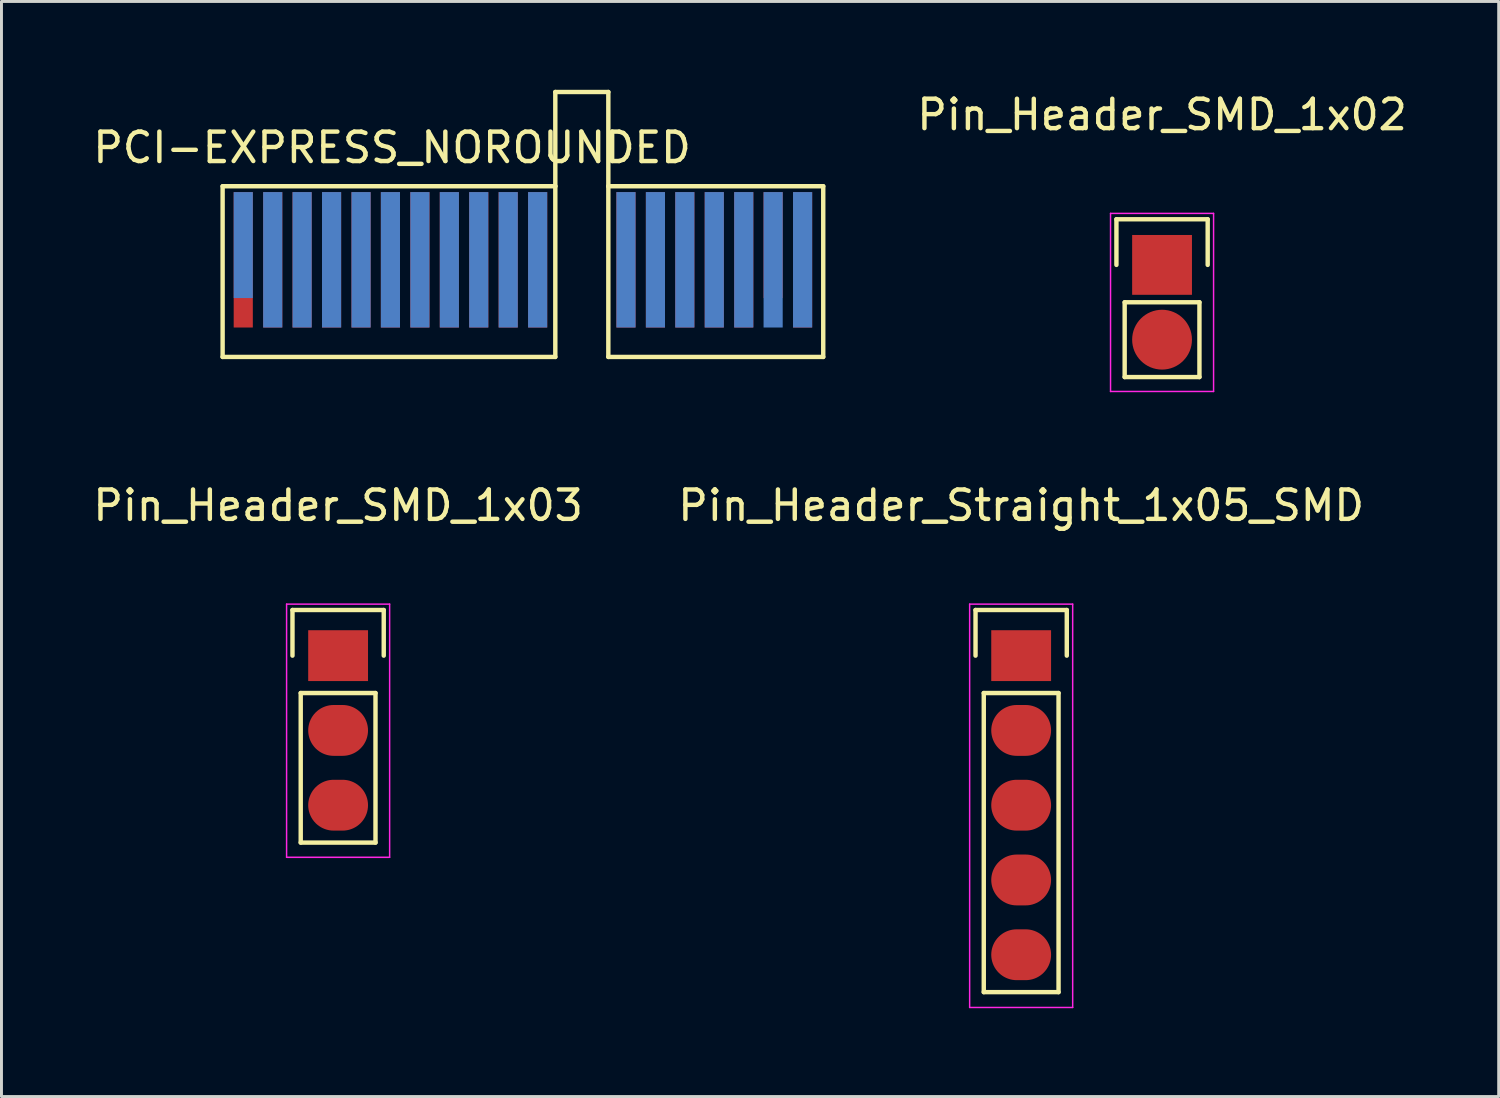
<source format=kicad_pcb>
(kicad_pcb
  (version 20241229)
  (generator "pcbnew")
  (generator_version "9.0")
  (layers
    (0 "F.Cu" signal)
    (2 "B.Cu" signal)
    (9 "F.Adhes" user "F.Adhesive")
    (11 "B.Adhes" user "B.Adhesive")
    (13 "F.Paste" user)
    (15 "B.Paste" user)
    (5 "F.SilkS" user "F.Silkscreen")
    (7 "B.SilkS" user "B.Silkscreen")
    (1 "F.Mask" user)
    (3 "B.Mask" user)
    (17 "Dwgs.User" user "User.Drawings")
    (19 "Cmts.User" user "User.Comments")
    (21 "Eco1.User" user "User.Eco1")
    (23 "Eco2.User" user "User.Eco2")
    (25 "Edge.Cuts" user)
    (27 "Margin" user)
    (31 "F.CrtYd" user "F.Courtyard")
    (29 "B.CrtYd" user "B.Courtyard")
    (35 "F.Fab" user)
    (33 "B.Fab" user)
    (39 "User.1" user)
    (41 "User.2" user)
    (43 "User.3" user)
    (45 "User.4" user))
  (footprint "Pin_Header_Straight_1x05_SMD"
    (layer "F.Cu")
    (at 31.637 19.221)
    (property "Reference" "Pin_Header_Straight_1x05_SMD" (at 0 -5.1 0) (layer "F.SilkS") (effects (font (size 1 1) (thickness 0.15))))
    (attr through_hole)
    (fp_line (start -1.55 -1.55) (end 1.55 -1.55) (stroke (width 0.15) (type solid)) (layer "F.SilkS"))
    (fp_line (start -1.55 0) (end -1.55 -1.55) (stroke (width 0.15) (type solid)) (layer "F.SilkS"))
    (fp_line (start -1.27 11.43) (end -1.27 1.27) (stroke (width 0.15) (type solid)) (layer "F.SilkS"))
    (fp_line (start 1.27 1.27) (end -1.27 1.27) (stroke (width 0.15) (type solid)) (layer "F.SilkS"))
    (fp_line (start 1.27 1.27) (end 1.27 11.43) (stroke (width 0.15) (type solid)) (layer "F.SilkS"))
    (fp_line (start 1.27 11.43) (end -1.27 11.43) (stroke (width 0.15) (type solid)) (layer "F.SilkS"))
    (fp_line (start 1.55 -1.55) (end 1.55 0) (stroke (width 0.15) (type solid)) (layer "F.SilkS"))
    (fp_line (start -1.75 -1.75) (end -1.75 11.95) (stroke (width 0.05) (type solid)) (layer "F.CrtYd"))
    (fp_line (start -1.75 -1.75) (end 1.75 -1.75) (stroke (width 0.05) (type solid)) (layer "F.CrtYd"))
    (fp_line (start -1.75 11.95) (end 1.75 11.95) (stroke (width 0.05) (type solid)) (layer "F.CrtYd"))
    (fp_line (start 1.75 -1.75) (end 1.75 11.95) (stroke (width 0.05) (type solid)) (layer "F.CrtYd"))
    (pad "1" smd rect (at 0 0) (size 2.032 1.727) (layers "F.Cu" "F.Mask" "F.Paste"))
    (pad "2" smd oval (at 0 2.54) (size 2.032 1.727) (layers "F.Cu" "F.Mask" "F.Paste"))
    (pad "3" smd oval (at 0 5.08) (size 2.032 1.727) (layers "F.Cu" "F.Mask" "F.Paste"))
    (pad "4" smd oval (at 0 7.62) (size 2.032 1.727) (layers "F.Cu" "F.Mask" "F.Paste"))
    (pad "5" smd oval (at 0 10.16) (size 2.032 1.727) (layers "F.Cu" "F.Mask" "F.Paste")))
  (footprint "Pin_Header_SMD_1x03"
    (layer "F.Cu")
    (at 8.435 19.221)
    (property "Reference" "Pin_Header_SMD_1x03" (at 0 -5.1 0) (layer "F.SilkS") (effects (font (size 1 1) (thickness 0.15))))
    (attr through_hole)
    (fp_line (start -1.55 -1.55) (end 1.55 -1.55) (stroke (width 0.15) (type solid)) (layer "F.SilkS"))
    (fp_line (start -1.55 0) (end -1.55 -1.55) (stroke (width 0.15) (type solid)) (layer "F.SilkS"))
    (fp_line (start -1.27 1.27) (end -1.27 6.35) (stroke (width 0.15) (type solid)) (layer "F.SilkS"))
    (fp_line (start -1.27 6.35) (end 1.27 6.35) (stroke (width 0.15) (type solid)) (layer "F.SilkS"))
    (fp_line (start 1.27 1.27) (end -1.27 1.27) (stroke (width 0.15) (type solid)) (layer "F.SilkS"))
    (fp_line (start 1.27 6.35) (end 1.27 1.27) (stroke (width 0.15) (type solid)) (layer "F.SilkS"))
    (fp_line (start 1.55 -1.55) (end 1.55 0) (stroke (width 0.15) (type solid)) (layer "F.SilkS"))
    (fp_line (start -1.75 -1.75) (end -1.75 6.85) (stroke (width 0.05) (type solid)) (layer "F.CrtYd"))
    (fp_line (start -1.75 -1.75) (end 1.75 -1.75) (stroke (width 0.05) (type solid)) (layer "F.CrtYd"))
    (fp_line (start -1.75 6.85) (end 1.75 6.85) (stroke (width 0.05) (type solid)) (layer "F.CrtYd"))
    (fp_line (start 1.75 -1.75) (end 1.75 6.85) (stroke (width 0.05) (type solid)) (layer "F.CrtYd"))
    (pad "1" smd rect (at 0 0) (size 2.032 1.727) (layers "F.Cu" "F.Mask" "F.Paste"))
    (pad "2" smd oval (at 0 2.54) (size 2.032 1.727) (layers "F.Cu" "F.Mask" "F.Paste"))
    (pad "3" smd oval (at 0 5.08) (size 2.032 1.727) (layers "F.Cu" "F.Mask" "F.Paste")))
  (footprint "PCI-EXPRESS_NOROUNDED"
    (layer "F.Cu")
    (at 14.713 5.775)
    (property "Reference" "PCI-EXPRESS_NOROUNDED" (at -4.445 -3.81 0) (layer "F.SilkS") (effects (font (size 1 1) (thickness 0.15))))
    (attr through_hole)
    (fp_line (start -10.201 -2.499) (end 1.1 -2.499) (stroke (width 0.15) (type solid)) (layer "F.SilkS"))
    (fp_line (start -10.201 3.299) (end -10.201 -2.499) (stroke (width 0.15) (type solid)) (layer "F.SilkS"))
    (fp_line (start 1.1 -5.7) (end 2.901 -5.7) (stroke (width 0.15) (type solid)) (layer "F.SilkS"))
    (fp_line (start 1.1 -2.499) (end 1.1 -5.7) (stroke (width 0.15) (type solid)) (layer "F.SilkS"))
    (fp_line (start 1.1 -2.499) (end 1.1 3.299) (stroke (width 0.15) (type solid)) (layer "F.SilkS"))
    (fp_line (start 1.1 3.299) (end -10.201 3.299) (stroke (width 0.15) (type solid)) (layer "F.SilkS"))
    (fp_line (start 2.901 -5.7) (end 2.901 -2.499) (stroke (width 0.15) (type solid)) (layer "F.SilkS"))
    (fp_line (start 2.901 -2.499) (end 2.901 3.299) (stroke (width 0.15) (type solid)) (layer "F.SilkS"))
    (fp_line (start 2.901 3.299) (end 10.201 3.299) (stroke (width 0.15) (type solid)) (layer "F.SilkS"))
    (fp_line (start 10.201 -2.499) (end 2.901 -2.499) (stroke (width 0.15) (type solid)) (layer "F.SilkS"))
    (fp_line (start 10.201 -2.499) (end 10.201 3.299) (stroke (width 0.15) (type solid)) (layer "F.SilkS"))
    (pad "A1" connect rect (at -9.5 -0.5) (size 0.65 3.599) (layers "B.Cu" "B.Mask"))
    (pad "A2" connect rect (at -8.499 0) (size 0.65 4.6) (layers "B.Cu" "B.Mask"))
    (pad "A3" connect rect (at -7.501 0) (size 0.65 4.6) (layers "B.Cu" "B.Mask"))
    (pad "A4" connect rect (at -6.5 0) (size 0.65 4.6) (layers "B.Cu" "B.Mask"))
    (pad "A5" connect rect (at -5.499 0) (size 0.65 4.6) (layers "B.Cu" "B.Mask"))
    (pad "A6" connect rect (at -4.501 0) (size 0.65 4.6) (layers "B.Cu" "B.Mask"))
    (pad "A7" connect rect (at -3.5 0) (size 0.65 4.6) (layers "B.Cu" "B.Mask"))
    (pad "A8" connect rect (at -2.499 0) (size 0.65 4.6) (layers "B.Cu" "B.Mask"))
    (pad "A9" connect rect (at -1.501 0) (size 0.65 4.6) (layers "B.Cu" "B.Mask"))
    (pad "A10" connect rect (at -0.5 0) (size 0.65 4.6) (layers "B.Cu" "B.Mask"))
    (pad "A11" connect rect (at 0.5 0) (size 0.65 4.6) (layers "B.Cu" "B.Mask"))
    (pad "A12" connect rect (at 3.5 0) (size 0.65 4.6) (layers "B.Cu" "B.Mask"))
    (pad "A13" connect rect (at 4.501 0) (size 0.65 4.6) (layers "B.Cu" "B.Mask"))
    (pad "A14" connect rect (at 5.499 0) (size 0.65 4.6) (layers "B.Cu" "B.Mask"))
    (pad "A15" connect rect (at 6.5 0) (size 0.65 4.6) (layers "B.Cu" "B.Mask"))
    (pad "A16" connect rect (at 7.501 0) (size 0.65 4.6) (layers "B.Cu" "B.Mask"))
    (pad "A17" connect rect (at 8.499 0) (size 0.65 4.6) (layers "B.Cu" "B.Mask"))
    (pad "A18" connect rect (at 9.5 0) (size 0.65 4.6) (layers "B.Cu" "B.Mask"))
    (pad "B1" connect rect (at -9.5 0) (size 0.65 4.6) (layers "F.Cu" "F.Mask"))
    (pad "B2" connect rect (at -8.499 0) (size 0.65 4.6) (layers "F.Cu" "F.Mask"))
    (pad "B3" connect rect (at -7.501 0) (size 0.65 4.6) (layers "F.Cu" "F.Mask"))
    (pad "B4" connect rect (at -6.5 0) (size 0.65 4.6) (layers "F.Cu" "F.Mask"))
    (pad "B5" connect rect (at -5.499 0) (size 0.65 4.6) (layers "F.Cu" "F.Mask"))
    (pad "B6" connect rect (at -4.501 0) (size 0.65 4.6) (layers "F.Cu" "F.Mask"))
    (pad "B7" connect rect (at -3.5 0) (size 0.65 4.6) (layers "F.Cu" "F.Mask"))
    (pad "B8" connect rect (at -2.499 0) (size 0.65 4.6) (layers "F.Cu" "F.Mask"))
    (pad "B9" connect rect (at -1.501 0) (size 0.65 4.6) (layers "F.Cu" "F.Mask"))
    (pad "B10" connect rect (at -0.5 0) (size 0.65 4.6) (layers "F.Cu" "F.Mask"))
    (pad "B11" connect rect (at 0.5 0) (size 0.65 4.6) (layers "F.Cu" "F.Mask"))
    (pad "B12" connect rect (at 3.5 0) (size 0.65 4.6) (layers "F.Cu" "F.Mask"))
    (pad "B13" connect rect (at 4.501 0) (size 0.65 4.6) (layers "F.Cu" "F.Mask"))
    (pad "B14" connect rect (at 5.499 0) (size 0.65 4.6) (layers "F.Cu" "F.Mask"))
    (pad "B15" connect rect (at 6.5 0) (size 0.65 4.6) (layers "F.Cu" "F.Mask"))
    (pad "B16" connect rect (at 7.501 0) (size 0.65 4.6) (layers "F.Cu" "F.Mask"))
    (pad "B17" connect rect (at 8.499 -0.5) (size 0.65 3.599) (layers "F.Cu" "F.Mask"))
    (pad "B18" connect rect (at 9.5 0) (size 0.65 4.6) (layers "F.Cu" "F.Mask")))
  (footprint "Pin_Header_SMD_1x02"
    (layer "F.Cu")
    (at 36.423 5.948)
    (property "Reference" "Pin_Header_SMD_1x02" (at 0 -5.1 0) (layer "F.SilkS") (effects (font (size 1 1) (thickness 0.15))))
    (attr through_hole)
    (fp_line (start -1.55 -1.55) (end 1.55 -1.55) (stroke (width 0.15) (type solid)) (layer "F.SilkS"))
    (fp_line (start -1.55 0) (end -1.55 -1.55) (stroke (width 0.15) (type solid)) (layer "F.SilkS"))
    (fp_line (start -1.27 1.27) (end -1.27 3.81) (stroke (width 0.15) (type solid)) (layer "F.SilkS"))
    (fp_line (start -1.27 3.81) (end 1.27 3.81) (stroke (width 0.15) (type solid)) (layer "F.SilkS"))
    (fp_line (start 1.27 1.27) (end -1.27 1.27) (stroke (width 0.15) (type solid)) (layer "F.SilkS"))
    (fp_line (start 1.27 1.27) (end 1.27 3.81) (stroke (width 0.15) (type solid)) (layer "F.SilkS"))
    (fp_line (start 1.55 -1.55) (end 1.55 0) (stroke (width 0.15) (type solid)) (layer "F.SilkS"))
    (fp_line (start -1.75 -1.75) (end -1.75 4.3) (stroke (width 0.05) (type solid)) (layer "F.CrtYd"))
    (fp_line (start -1.75 -1.75) (end 1.75 -1.75) (stroke (width 0.05) (type solid)) (layer "F.CrtYd"))
    (fp_line (start -1.75 4.3) (end 1.75 4.3) (stroke (width 0.05) (type solid)) (layer "F.CrtYd"))
    (fp_line (start 1.75 -1.75) (end 1.75 4.3) (stroke (width 0.05) (type solid)) (layer "F.CrtYd"))
    (pad "1" smd rect (at 0 0) (size 2.032 2.032) (layers "F.Cu" "F.Mask" "F.Paste"))
    (pad "2" smd oval (at 0 2.54) (size 2.032 2.032) (layers "F.Cu" "F.Mask" "F.Paste")))
  (gr_rect
    (start -3 -3)
    (end 47.858 34.197)
    (stroke (width 0.1) (type default))
    (fill no)
    (layer "Edge.Cuts")))
</source>
